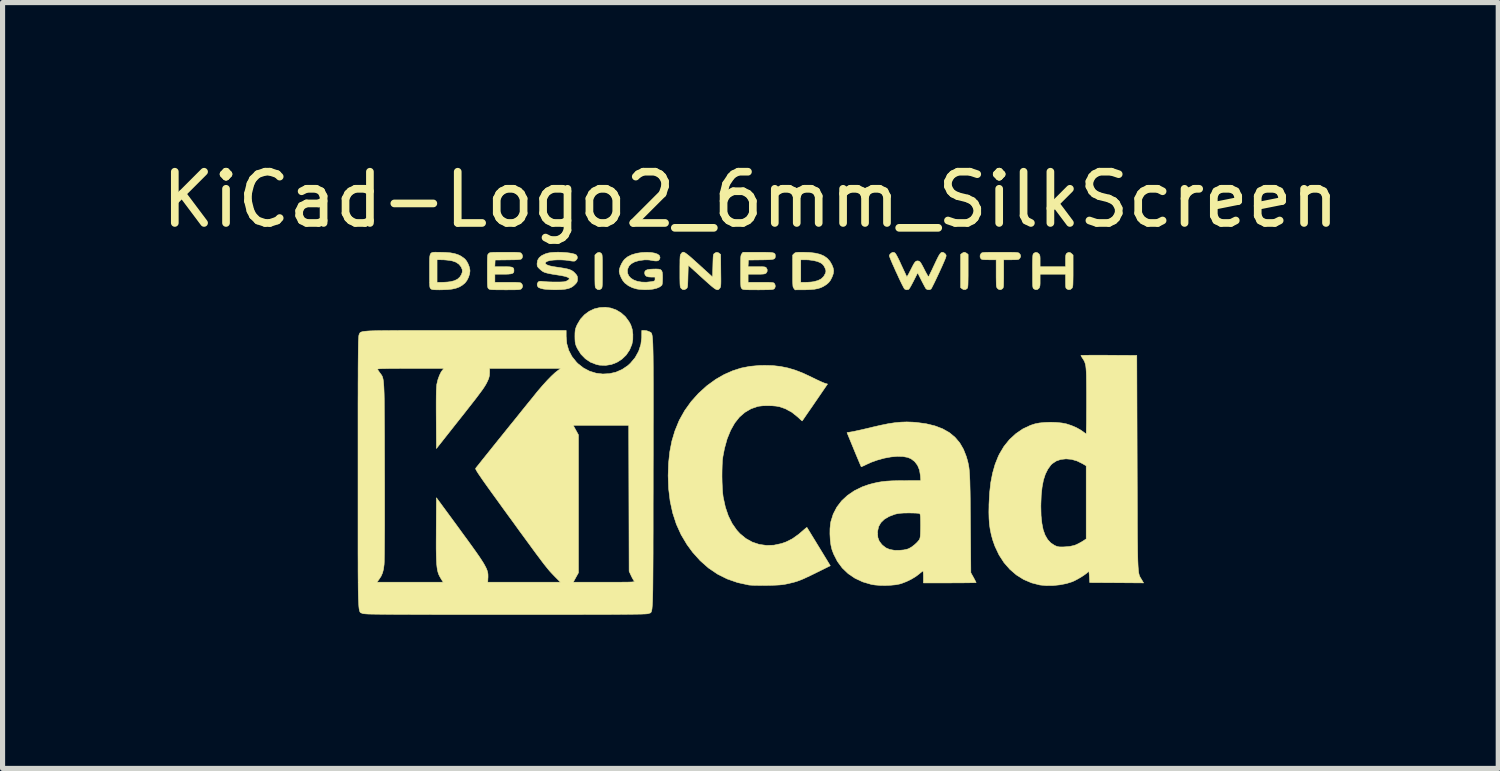
<source format=kicad_pcb>
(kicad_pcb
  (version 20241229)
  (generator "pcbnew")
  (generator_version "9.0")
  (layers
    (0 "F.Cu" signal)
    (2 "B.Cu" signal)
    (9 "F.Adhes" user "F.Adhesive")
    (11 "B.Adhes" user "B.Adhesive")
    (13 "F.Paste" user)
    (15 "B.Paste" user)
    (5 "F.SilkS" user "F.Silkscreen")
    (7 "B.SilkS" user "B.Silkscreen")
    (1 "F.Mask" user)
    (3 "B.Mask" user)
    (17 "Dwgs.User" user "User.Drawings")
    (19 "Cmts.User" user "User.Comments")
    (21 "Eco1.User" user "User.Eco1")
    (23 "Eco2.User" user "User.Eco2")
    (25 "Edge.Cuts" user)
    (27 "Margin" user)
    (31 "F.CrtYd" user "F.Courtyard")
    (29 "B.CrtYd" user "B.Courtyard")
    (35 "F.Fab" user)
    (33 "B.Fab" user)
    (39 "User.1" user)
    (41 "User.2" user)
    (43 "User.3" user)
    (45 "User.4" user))
  (footprint "KiCad-Logo2_6mm_SilkScreen"
    (layer "F.Cu")
    (at 11.601 5.928)
    (property "Reference" "KiCad-Logo2_6mm_SilkScreen" (at 0 -5.08 0) (layer "F.SilkS") (effects (font (size 1 1) (thickness 0.15))))
    (attr exclude_from_pos_files exclude_from_bom allow_missing_courtyard)
    (fp_poly (pts (xy 4.2 -4.046) (xy 4.224 -4.032) (xy 4.251 -4.01) (xy 4.251 -3.689) (xy 4.251 -3.594) (xy 4.25 -3.52) (xy 4.249 -3.464) (xy 4.248 -3.422) (xy 4.246 -3.392) (xy 4.243 -3.371) (xy 4.239 -3.357) (xy 4.233 -3.348) (xy 4.229 -3.343) (xy 4.198 -3.323) (xy 4.162 -3.324) (xy 4.131 -3.341) (xy 4.104 -3.363) (xy 4.104 -4.01) (xy 4.131 -4.032) (xy 4.156 -4.047) (xy 4.177 -4.053) (xy 4.2 -4.046)) (stroke (width 0.01) (type solid)) (fill yes) (layer "F.SilkS"))
    (fp_poly (pts (xy -2.912 -4.031) (xy -2.906 -4.023) (xy -2.9 -4.013) (xy -2.896 -3.999) (xy -2.894 -3.977) (xy -2.892 -3.945) (xy -2.89 -3.9) (xy -2.89 -3.84) (xy -2.89 -3.762) (xy -2.89 -3.686) (xy -2.89 -3.593) (xy -2.89 -3.519) (xy -2.891 -3.462) (xy -2.892 -3.42) (xy -2.894 -3.391) (xy -2.897 -3.37) (xy -2.901 -3.357) (xy -2.907 -3.348) (xy -2.912 -3.342) (xy -2.945 -3.322) (xy -2.98 -3.324) (xy -3.012 -3.346) (xy -3.019 -3.354) (xy -3.025 -3.364) (xy -3.029 -3.377) (xy -3.032 -3.398) (xy -3.034 -3.428) (xy -3.035 -3.47) (xy -3.036 -3.527) (xy -3.036 -3.601) (xy -3.036 -3.685) (xy -3.036 -3.998) (xy -3.009 -4.026) (xy -2.974 -4.049) (xy -2.941 -4.05) (xy -2.912 -4.031)) (stroke (width 0.01) (type solid)) (fill yes) (layer "F.SilkS"))
    (fp_poly (pts (xy -2.726 -2.964) (xy -2.623 -2.928) (xy -2.527 -2.871) (xy -2.441 -2.795) (xy -2.369 -2.697) (xy -2.336 -2.636) (xy -2.308 -2.55) (xy -2.295 -2.451) (xy -2.296 -2.35) (xy -2.313 -2.257) (xy -2.359 -2.145) (xy -2.425 -2.047) (xy -2.509 -1.966) (xy -2.606 -1.904) (xy -2.714 -1.862) (xy -2.829 -1.844) (xy -2.948 -1.849) (xy -3.007 -1.862) (xy -3.121 -1.906) (xy -3.222 -1.974) (xy -3.309 -2.063) (xy -3.377 -2.171) (xy -3.383 -2.183) (xy -3.403 -2.227) (xy -3.415 -2.265) (xy -3.422 -2.304) (xy -3.425 -2.355) (xy -3.426 -2.41) (xy -3.425 -2.476) (xy -3.421 -2.523) (xy -3.413 -2.562) (xy -3.399 -2.6) (xy -3.382 -2.639) (xy -3.318 -2.747) (xy -3.238 -2.834) (xy -3.147 -2.901) (xy -3.047 -2.948) (xy -2.941 -2.973) (xy -2.833 -2.979) (xy -2.726 -2.964)) (stroke (width 0.01) (type solid)) (fill yes) (layer "F.SilkS"))
    (fp_poly (pts (xy 4.975 -4.053) (xy 5.053 -4.053) (xy 5.115 -4.052) (xy 5.161 -4.051) (xy 5.194 -4.049) (xy 5.217 -4.046) (xy 5.232 -4.042) (xy 5.243 -4.037) (xy 5.248 -4.033) (xy 5.273 -4.001) (xy 5.276 -3.967) (xy 5.26 -3.936) (xy 5.25 -3.924) (xy 5.239 -3.916) (xy 5.223 -3.911) (xy 5.197 -3.908) (xy 5.159 -3.907) (xy 5.102 -3.906) (xy 5.091 -3.906) (xy 4.945 -3.906) (xy 4.945 -3.636) (xy 4.945 -3.55) (xy 4.944 -3.484) (xy 4.943 -3.436) (xy 4.942 -3.401) (xy 4.939 -3.377) (xy 4.935 -3.361) (xy 4.929 -3.35) (xy 4.922 -3.342) (xy 4.889 -3.322) (xy 4.855 -3.324) (xy 4.824 -3.346) (xy 4.822 -3.349) (xy 4.814 -3.36) (xy 4.808 -3.372) (xy 4.804 -3.389) (xy 4.801 -3.415) (xy 4.8 -3.45) (xy 4.799 -3.5) (xy 4.798 -3.567) (xy 4.798 -3.643) (xy 4.798 -3.906) (xy 4.659 -3.906) (xy 4.599 -3.907) (xy 4.558 -3.908) (xy 4.53 -3.912) (xy 4.513 -3.917) (xy 4.502 -3.926) (xy 4.501 -3.927) (xy 4.484 -3.96) (xy 4.486 -3.998) (xy 4.505 -4.031) (xy 4.512 -4.037) (xy 4.521 -4.042) (xy 4.535 -4.046) (xy 4.556 -4.049) (xy 4.587 -4.051) (xy 4.63 -4.052) (xy 4.687 -4.053) (xy 4.762 -4.053) (xy 4.856 -4.053) (xy 4.876 -4.053) (xy 4.975 -4.053)) (stroke (width 0.01) (type solid)) (fill yes) (layer "F.SilkS"))
    (fp_poly (pts (xy 6.241 -4.048) (xy 6.272 -4.026) (xy 6.3 -3.998) (xy 6.3 -3.688) (xy 6.3 -3.597) (xy 6.299 -3.524) (xy 6.298 -3.47) (xy 6.297 -3.429) (xy 6.295 -3.4) (xy 6.291 -3.38) (xy 6.287 -3.366) (xy 6.281 -3.355) (xy 6.276 -3.349) (xy 6.245 -3.325) (xy 6.21 -3.322) (xy 6.178 -3.337) (xy 6.167 -3.346) (xy 6.16 -3.358) (xy 6.156 -3.377) (xy 6.154 -3.407) (xy 6.153 -3.454) (xy 6.153 -3.489) (xy 6.153 -3.624) (xy 5.656 -3.624) (xy 5.656 -3.502) (xy 5.656 -3.446) (xy 5.654 -3.407) (xy 5.649 -3.381) (xy 5.642 -3.362) (xy 5.633 -3.349) (xy 5.602 -3.325) (xy 5.567 -3.322) (xy 5.533 -3.339) (xy 5.524 -3.348) (xy 5.518 -3.36) (xy 5.514 -3.379) (xy 5.511 -3.409) (xy 5.51 -3.452) (xy 5.509 -3.514) (xy 5.509 -3.528) (xy 5.509 -3.645) (xy 5.508 -3.741) (xy 5.508 -3.818) (xy 5.509 -3.879) (xy 5.51 -3.927) (xy 5.512 -3.962) (xy 5.514 -3.987) (xy 5.517 -4.005) (xy 5.521 -4.016) (xy 5.526 -4.024) (xy 5.532 -4.031) (xy 5.564 -4.05) (xy 5.597 -4.048) (xy 5.628 -4.026) (xy 5.641 -4.011) (xy 5.649 -3.995) (xy 5.654 -3.973) (xy 5.656 -3.938) (xy 5.656 -3.887) (xy 5.656 -3.771) (xy 6.153 -3.771) (xy 6.153 -3.89) (xy 6.153 -3.944) (xy 6.155 -3.981) (xy 6.16 -4.005) (xy 6.167 -4.021) (xy 6.175 -4.031) (xy 6.207 -4.05) (xy 6.241 -4.048)) (stroke (width 0.01) (type solid)) (fill yes) (layer "F.SilkS"))
    (fp_poly (pts (xy 1.03 -4.053) (xy 1.159 -4.049) (xy 1.269 -4.035) (xy 1.361 -4.013) (xy 1.438 -3.979) (xy 1.5 -3.935) (xy 1.551 -3.878) (xy 1.591 -3.809) (xy 1.592 -3.807) (xy 1.616 -3.745) (xy 1.625 -3.69) (xy 1.618 -3.634) (xy 1.595 -3.571) (xy 1.591 -3.562) (xy 1.562 -3.505) (xy 1.529 -3.462) (xy 1.487 -3.425) (xy 1.429 -3.388) (xy 1.426 -3.386) (xy 1.375 -3.362) (xy 1.318 -3.344) (xy 1.251 -3.331) (xy 1.17 -3.324) (xy 1.072 -3.32) (xy 1.037 -3.32) (xy 0.871 -3.319) (xy 0.848 -3.349) (xy 0.841 -3.359) (xy 0.836 -3.37) (xy 0.831 -3.386) (xy 0.829 -3.409) (xy 0.827 -3.442) (xy 0.826 -3.466) (xy 0.983 -3.466) (xy 1.076 -3.466) (xy 1.131 -3.468) (xy 1.188 -3.472) (xy 1.234 -3.478) (xy 1.237 -3.479) (xy 1.319 -3.501) (xy 1.383 -3.534) (xy 1.43 -3.579) (xy 1.463 -3.639) (xy 1.469 -3.655) (xy 1.474 -3.68) (xy 1.472 -3.704) (xy 1.46 -3.737) (xy 1.453 -3.753) (xy 1.43 -3.795) (xy 1.402 -3.825) (xy 1.371 -3.846) (xy 1.309 -3.873) (xy 1.229 -3.892) (xy 1.137 -3.904) (xy 1.07 -3.906) (xy 0.983 -3.906) (xy 0.983 -3.466) (xy 0.826 -3.466) (xy 0.825 -3.487) (xy 0.825 -3.548) (xy 0.825 -3.627) (xy 0.825 -3.688) (xy 0.825 -3.998) (xy 0.852 -4.026) (xy 0.865 -4.037) (xy 0.878 -4.044) (xy 0.896 -4.049) (xy 0.924 -4.052) (xy 0.966 -4.053) (xy 1.026 -4.053) (xy 1.03 -4.053)) (stroke (width 0.01) (type solid)) (fill yes) (layer "F.SilkS"))
    (fp_poly (pts (xy -6.11 -4.053) (xy -6.07 -4.053) (xy -5.954 -4.05) (xy -5.858 -4.042) (xy -5.776 -4.027) (xy -5.707 -4.005) (xy -5.647 -3.975) (xy -5.592 -3.936) (xy -5.572 -3.919) (xy -5.54 -3.879) (xy -5.511 -3.825) (xy -5.488 -3.765) (xy -5.476 -3.708) (xy -5.475 -3.686) (xy -5.483 -3.628) (xy -5.504 -3.563) (xy -5.535 -3.502) (xy -5.572 -3.454) (xy -5.578 -3.448) (xy -5.629 -3.407) (xy -5.684 -3.375) (xy -5.748 -3.351) (xy -5.823 -3.334) (xy -5.912 -3.324) (xy -6.019 -3.32) (xy -6.068 -3.319) (xy -6.13 -3.32) (xy -6.174 -3.321) (xy -6.203 -3.324) (xy -6.222 -3.329) (xy -6.235 -3.336) (xy -6.242 -3.342) (xy -6.249 -3.35) (xy -6.254 -3.359) (xy -6.258 -3.374) (xy -6.261 -3.396) (xy -6.263 -3.428) (xy -6.264 -3.473) (xy -6.265 -3.533) (xy -6.265 -3.611) (xy -6.265 -3.686) (xy -6.265 -3.787) (xy -6.265 -3.868) (xy -6.264 -3.906) (xy -6.118 -3.906) (xy -6.118 -3.466) (xy -6.025 -3.466) (xy -5.969 -3.468) (xy -5.91 -3.472) (xy -5.861 -3.478) (xy -5.86 -3.478) (xy -5.781 -3.497) (xy -5.719 -3.527) (xy -5.673 -3.569) (xy -5.643 -3.615) (xy -5.625 -3.666) (xy -5.626 -3.714) (xy -5.647 -3.765) (xy -5.689 -3.818) (xy -5.746 -3.858) (xy -5.821 -3.884) (xy -5.871 -3.893) (xy -5.928 -3.9) (xy -5.988 -3.905) (xy -6.039 -3.906) (xy -6.042 -3.907) (xy -6.118 -3.906) (xy -6.264 -3.906) (xy -6.264 -3.93) (xy -6.259 -3.977) (xy -6.251 -4.011) (xy -6.238 -4.033) (xy -6.218 -4.046) (xy -6.191 -4.052) (xy -6.155 -4.054) (xy -6.11 -4.053)) (stroke (width 0.01) (type solid)) (fill yes) (layer "F.SilkS"))
    (fp_poly (pts (xy -1.288 -4.049) (xy -1.265 -4.035) (xy -1.234 -4.012) (xy -1.194 -3.98) (xy -1.144 -3.937) (xy -1.082 -3.881) (xy -1.006 -3.813) (xy -0.92 -3.734) (xy -0.739 -3.57) (xy -0.733 -3.79) (xy -0.731 -3.866) (xy -0.729 -3.922) (xy -0.727 -3.963) (xy -0.724 -3.99) (xy -0.72 -4.008) (xy -0.714 -4.02) (xy -0.705 -4.028) (xy -0.701 -4.032) (xy -0.667 -4.051) (xy -0.634 -4.048) (xy -0.608 -4.032) (xy -0.581 -4.01) (xy -0.578 -3.695) (xy -0.577 -3.603) (xy -0.576 -3.53) (xy -0.576 -3.474) (xy -0.577 -3.433) (xy -0.579 -3.404) (xy -0.582 -3.383) (xy -0.586 -3.369) (xy -0.592 -3.358) (xy -0.598 -3.35) (xy -0.612 -3.334) (xy -0.625 -3.324) (xy -0.64 -3.32) (xy -0.659 -3.323) (xy -0.684 -3.335) (xy -0.716 -3.357) (xy -0.757 -3.39) (xy -0.809 -3.435) (xy -0.874 -3.493) (xy -0.948 -3.56) (xy -1.213 -3.801) (xy -1.219 -3.582) (xy -1.221 -3.506) (xy -1.223 -3.45) (xy -1.225 -3.41) (xy -1.228 -3.382) (xy -1.233 -3.365) (xy -1.239 -3.353) (xy -1.247 -3.345) (xy -1.251 -3.341) (xy -1.288 -3.322) (xy -1.323 -3.325) (xy -1.353 -3.349) (xy -1.36 -3.359) (xy -1.366 -3.37) (xy -1.37 -3.386) (xy -1.373 -3.409) (xy -1.375 -3.442) (xy -1.376 -3.488) (xy -1.377 -3.549) (xy -1.377 -3.628) (xy -1.377 -3.686) (xy -1.377 -3.778) (xy -1.376 -3.85) (xy -1.376 -3.904) (xy -1.374 -3.945) (xy -1.372 -3.973) (xy -1.368 -3.993) (xy -1.364 -4.007) (xy -1.358 -4.018) (xy -1.353 -4.024) (xy -1.342 -4.038) (xy -1.332 -4.048) (xy -1.32 -4.054) (xy -1.306 -4.055) (xy -1.288 -4.049)) (stroke (width 0.01) (type solid)) (fill yes) (layer "F.SilkS"))
    (fp_poly (pts (xy -1.938 -4.048) (xy -1.87 -4.036) (xy -1.817 -4.018) (xy -1.783 -3.995) (xy -1.774 -3.981) (xy -1.764 -3.95) (xy -1.771 -3.922) (xy -1.791 -3.895) (xy -1.822 -3.883) (xy -1.867 -3.884) (xy -1.903 -3.89) (xy -1.981 -3.903) (xy -2.061 -3.905) (xy -2.15 -3.894) (xy -2.175 -3.89) (xy -2.258 -3.866) (xy -2.323 -3.831) (xy -2.369 -3.786) (xy -2.395 -3.73) (xy -2.401 -3.701) (xy -2.397 -3.642) (xy -2.374 -3.59) (xy -2.333 -3.546) (xy -2.277 -3.511) (xy -2.207 -3.485) (xy -2.126 -3.471) (xy -2.036 -3.468) (xy -1.939 -3.478) (xy -1.934 -3.479) (xy -1.895 -3.486) (xy -1.874 -3.493) (xy -1.865 -3.503) (xy -1.862 -3.52) (xy -1.862 -3.529) (xy -1.862 -3.568) (xy -1.931 -3.568) (xy -1.991 -3.572) (xy -2.032 -3.585) (xy -2.056 -3.609) (xy -2.065 -3.643) (xy -2.065 -3.648) (xy -2.06 -3.678) (xy -2.043 -3.699) (xy -2.01 -3.713) (xy -1.96 -3.721) (xy -1.911 -3.724) (xy -1.841 -3.726) (xy -1.789 -3.723) (xy -1.755 -3.714) (xy -1.733 -3.694) (xy -1.721 -3.662) (xy -1.716 -3.614) (xy -1.715 -3.552) (xy -1.717 -3.483) (xy -1.721 -3.436) (xy -1.728 -3.41) (xy -1.73 -3.408) (xy -1.769 -3.377) (xy -1.826 -3.352) (xy -1.897 -3.334) (xy -1.98 -3.324) (xy -2.069 -3.322) (xy -2.163 -3.328) (xy -2.218 -3.336) (xy -2.304 -3.361) (xy -2.384 -3.401) (xy -2.451 -3.452) (xy -2.461 -3.463) (xy -2.495 -3.506) (xy -2.524 -3.56) (xy -2.548 -3.617) (xy -2.561 -3.668) (xy -2.562 -3.688) (xy -2.556 -3.729) (xy -2.538 -3.78) (xy -2.513 -3.834) (xy -2.483 -3.883) (xy -2.457 -3.916) (xy -2.396 -3.965) (xy -2.317 -4.004) (xy -2.223 -4.032) (xy -2.117 -4.048) (xy -2.02 -4.052) (xy -1.938 -4.048)) (stroke (width 0.01) (type solid)) (fill yes) (layer "F.SilkS"))
    (fp_poly (pts (xy 0.242 -4.053) (xy 0.318 -4.052) (xy 0.377 -4.05) (xy 0.42 -4.046) (xy 0.45 -4.04) (xy 0.469 -4.031) (xy 0.48 -4.019) (xy 0.485 -4.003) (xy 0.486 -3.983) (xy 0.486 -3.981) (xy 0.485 -3.958) (xy 0.48 -3.941) (xy 0.469 -3.928) (xy 0.449 -3.918) (xy 0.418 -3.912) (xy 0.372 -3.908) (xy 0.31 -3.906) (xy 0.228 -3.904) (xy 0.203 -3.904) (xy -0.039 -3.901) (xy -0.042 -3.836) (xy -0.046 -3.771) (xy 0.122 -3.771) (xy 0.188 -3.771) (xy 0.235 -3.77) (xy 0.267 -3.768) (xy 0.287 -3.764) (xy 0.301 -3.758) (xy 0.31 -3.749) (xy 0.311 -3.749) (xy 0.328 -3.715) (xy 0.327 -3.679) (xy 0.309 -3.648) (xy 0.305 -3.645) (xy 0.292 -3.637) (xy 0.275 -3.631) (xy 0.248 -3.627) (xy 0.209 -3.625) (xy 0.153 -3.624) (xy 0.118 -3.624) (xy -0.045 -3.624) (xy -0.045 -3.466) (xy 0.202 -3.466) (xy 0.283 -3.466) (xy 0.345 -3.466) (xy 0.39 -3.464) (xy 0.422 -3.462) (xy 0.443 -3.459) (xy 0.456 -3.454) (xy 0.465 -3.448) (xy 0.467 -3.446) (xy 0.483 -3.414) (xy 0.485 -3.378) (xy 0.471 -3.347) (xy 0.461 -3.337) (xy 0.45 -3.332) (xy 0.433 -3.327) (xy 0.407 -3.324) (xy 0.37 -3.322) (xy 0.319 -3.321) (xy 0.252 -3.32) (xy 0.165 -3.319) (xy 0.145 -3.319) (xy 0.057 -3.32) (xy -0.012 -3.32) (xy -0.064 -3.321) (xy -0.101 -3.322) (xy -0.127 -3.325) (xy -0.144 -3.328) (xy -0.156 -3.333) (xy -0.164 -3.34) (xy -0.168 -3.344) (xy -0.175 -3.352) (xy -0.181 -3.363) (xy -0.185 -3.378) (xy -0.187 -3.4) (xy -0.189 -3.432) (xy -0.191 -3.477) (xy -0.191 -3.537) (xy -0.191 -3.615) (xy -0.191 -3.681) (xy -0.191 -3.774) (xy -0.191 -3.846) (xy -0.19 -3.902) (xy -0.189 -3.943) (xy -0.187 -3.972) (xy -0.183 -3.992) (xy -0.179 -4.006) (xy -0.173 -4.017) (xy -0.168 -4.024) (xy -0.145 -4.053) (xy 0.145 -4.053) (xy 0.242 -4.053)) (stroke (width 0.01) (type solid)) (fill yes) (layer "F.SilkS"))
    (fp_poly (pts (xy -4.701 -4.053) (xy -4.632 -4.053) (xy -4.579 -4.052) (xy -4.541 -4.05) (xy -4.514 -4.048) (xy -4.496 -4.044) (xy -4.484 -4.04) (xy -4.475 -4.033) (xy -4.472 -4.03) (xy -4.452 -3.999) (xy -4.449 -3.963) (xy -4.462 -3.932) (xy -4.468 -3.925) (xy -4.478 -3.919) (xy -4.493 -3.914) (xy -4.518 -3.911) (xy -4.554 -3.908) (xy -4.605 -3.906) (xy -4.673 -3.905) (xy -4.736 -3.904) (xy -4.984 -3.901) (xy -4.987 -3.836) (xy -4.99 -3.771) (xy -4.822 -3.771) (xy -4.749 -3.77) (xy -4.696 -3.768) (xy -4.659 -3.762) (xy -4.636 -3.752) (xy -4.623 -3.737) (xy -4.618 -3.715) (xy -4.617 -3.695) (xy -4.619 -3.67) (xy -4.629 -3.651) (xy -4.648 -3.639) (xy -4.679 -3.631) (xy -4.727 -3.626) (xy -4.792 -3.624) (xy -4.828 -3.624) (xy -4.989 -3.624) (xy -4.989 -3.466) (xy -4.741 -3.466) (xy -4.66 -3.466) (xy -4.598 -3.466) (xy -4.552 -3.464) (xy -4.52 -3.462) (xy -4.499 -3.459) (xy -4.485 -3.455) (xy -4.475 -3.448) (xy -4.47 -3.444) (xy -4.453 -3.417) (xy -4.447 -3.393) (xy -4.455 -3.364) (xy -4.47 -3.342) (xy -4.478 -3.335) (xy -4.488 -3.33) (xy -4.503 -3.326) (xy -4.526 -3.323) (xy -4.559 -3.321) (xy -4.606 -3.32) (xy -4.668 -3.32) (xy -4.75 -3.319) (xy -4.792 -3.319) (xy -4.882 -3.32) (xy -4.952 -3.32) (xy -5.005 -3.321) (xy -5.044 -3.322) (xy -5.071 -3.325) (xy -5.09 -3.328) (xy -5.102 -3.333) (xy -5.11 -3.339) (xy -5.113 -3.342) (xy -5.12 -3.35) (xy -5.125 -3.359) (xy -5.129 -3.374) (xy -5.132 -3.396) (xy -5.134 -3.428) (xy -5.135 -3.473) (xy -5.136 -3.533) (xy -5.136 -3.612) (xy -5.136 -3.684) (xy -5.136 -3.778) (xy -5.136 -3.851) (xy -5.135 -3.907) (xy -5.134 -3.948) (xy -5.132 -3.977) (xy -5.129 -3.997) (xy -5.125 -4.01) (xy -5.119 -4.019) (xy -5.112 -4.027) (xy -5.11 -4.029) (xy -5.101 -4.036) (xy -5.091 -4.042) (xy -5.077 -4.046) (xy -5.056 -4.049) (xy -5.025 -4.051) (xy -4.981 -4.052) (xy -4.922 -4.053) (xy -4.845 -4.053) (xy -4.79 -4.053) (xy -4.701 -4.053)) (stroke (width 0.01) (type solid)) (fill yes) (layer "F.SilkS"))
    (fp_poly (pts (xy 3.756 -4.051) (xy 3.776 -4.044) (xy 3.777 -4.044) (xy 3.803 -4.024) (xy 3.818 -4.003) (xy 3.821 -3.993) (xy 3.821 -3.98) (xy 3.817 -3.961) (xy 3.808 -3.935) (xy 3.793 -3.899) (xy 3.772 -3.85) (xy 3.744 -3.786) (xy 3.707 -3.705) (xy 3.687 -3.661) (xy 3.65 -3.582) (xy 3.616 -3.51) (xy 3.585 -3.446) (xy 3.559 -3.395) (xy 3.54 -3.357) (xy 3.527 -3.336) (xy 3.525 -3.334) (xy 3.494 -3.321) (xy 3.459 -3.323) (xy 3.431 -3.338) (xy 3.43 -3.339) (xy 3.418 -3.356) (xy 3.4 -3.389) (xy 3.376 -3.434) (xy 3.349 -3.486) (xy 3.339 -3.506) (xy 3.266 -3.652) (xy 3.186 -3.493) (xy 3.157 -3.438) (xy 3.131 -3.39) (xy 3.109 -3.353) (xy 3.093 -3.331) (xy 3.088 -3.327) (xy 3.046 -3.32) (xy 3.012 -3.334) (xy 3.001 -3.348) (xy 2.984 -3.38) (xy 2.96 -3.426) (xy 2.932 -3.483) (xy 2.901 -3.548) (xy 2.869 -3.619) (xy 2.835 -3.691) (xy 2.804 -3.762) (xy 2.774 -3.828) (xy 2.749 -3.887) (xy 2.729 -3.936) (xy 2.716 -3.97) (xy 2.712 -3.988) (xy 2.712 -3.989) (xy 2.723 -4.011) (xy 2.745 -4.034) (xy 2.746 -4.035) (xy 2.774 -4.05) (xy 2.799 -4.05) (xy 2.808 -4.047) (xy 2.82 -4.041) (xy 2.832 -4.028) (xy 2.846 -4.007) (xy 2.864 -3.975) (xy 2.887 -3.93) (xy 2.917 -3.868) (xy 2.943 -3.81) (xy 2.974 -3.744) (xy 3.002 -3.684) (xy 3.025 -3.635) (xy 3.042 -3.598) (xy 3.051 -3.577) (xy 3.052 -3.573) (xy 3.058 -3.579) (xy 3.073 -3.601) (xy 3.093 -3.637) (xy 3.117 -3.684) (xy 3.127 -3.703) (xy 3.16 -3.768) (xy 3.185 -3.816) (xy 3.205 -3.848) (xy 3.222 -3.868) (xy 3.237 -3.879) (xy 3.253 -3.883) (xy 3.264 -3.884) (xy 3.282 -3.882) (xy 3.299 -3.875) (xy 3.315 -3.861) (xy 3.333 -3.835) (xy 3.355 -3.796) (xy 3.384 -3.741) (xy 3.4 -3.709) (xy 3.426 -3.659) (xy 3.449 -3.618) (xy 3.466 -3.588) (xy 3.476 -3.574) (xy 3.478 -3.574) (xy 3.484 -3.585) (xy 3.498 -3.613) (xy 3.519 -3.656) (xy 3.546 -3.711) (xy 3.575 -3.774) (xy 3.59 -3.805) (xy 3.628 -3.886) (xy 3.659 -3.949) (xy 3.683 -3.994) (xy 3.704 -4.025) (xy 3.722 -4.044) (xy 3.739 -4.052) (xy 3.756 -4.051)) (stroke (width 0.01) (type solid)) (fill yes) (layer "F.SilkS"))
    (fp_poly (pts (xy -3.68 -4.052) (xy -3.605 -4.047) (xy -3.536 -4.039) (xy -3.475 -4.028) (xy -3.428 -4.015) (xy -3.399 -4) (xy -3.394 -3.995) (xy -3.378 -3.96) (xy -3.383 -3.925) (xy -3.408 -3.895) (xy -3.409 -3.894) (xy -3.423 -3.884) (xy -3.438 -3.879) (xy -3.459 -3.879) (xy -3.492 -3.882) (xy -3.54 -3.89) (xy -3.544 -3.891) (xy -3.617 -3.9) (xy -3.696 -3.904) (xy -3.774 -3.904) (xy -3.848 -3.9) (xy -3.91 -3.892) (xy -3.957 -3.88) (xy -3.96 -3.879) (xy -3.993 -3.86) (xy -4.005 -3.841) (xy -3.996 -3.822) (xy -3.966 -3.804) (xy -3.917 -3.787) (xy -3.849 -3.773) (xy -3.804 -3.766) (xy -3.71 -3.752) (xy -3.635 -3.74) (xy -3.576 -3.728) (xy -3.53 -3.715) (xy -3.494 -3.699) (xy -3.464 -3.681) (xy -3.438 -3.658) (xy -3.417 -3.636) (xy -3.391 -3.605) (xy -3.379 -3.579) (xy -3.375 -3.546) (xy -3.375 -3.534) (xy -3.378 -3.495) (xy -3.389 -3.465) (xy -3.41 -3.439) (xy -3.451 -3.399) (xy -3.496 -3.368) (xy -3.55 -3.346) (xy -3.615 -3.332) (xy -3.695 -3.324) (xy -3.793 -3.321) (xy -3.81 -3.321) (xy -3.875 -3.322) (xy -3.94 -3.326) (xy -3.998 -3.33) (xy -4.04 -3.335) (xy -4.044 -3.336) (xy -4.086 -3.346) (xy -4.122 -3.359) (xy -4.142 -3.37) (xy -4.161 -3.401) (xy -4.163 -3.436) (xy -4.146 -3.468) (xy -4.143 -3.472) (xy -4.128 -3.482) (xy -4.109 -3.487) (xy -4.079 -3.486) (xy -4.044 -3.482) (xy -4.004 -3.479) (xy -3.949 -3.475) (xy -3.884 -3.473) (xy -3.816 -3.472) (xy -3.798 -3.472) (xy -3.73 -3.472) (xy -3.681 -3.474) (xy -3.645 -3.476) (xy -3.619 -3.481) (xy -3.597 -3.488) (xy -3.584 -3.494) (xy -3.556 -3.511) (xy -3.538 -3.526) (xy -3.536 -3.53) (xy -3.541 -3.548) (xy -3.568 -3.565) (xy -3.613 -3.581) (xy -3.675 -3.594) (xy -3.693 -3.598) (xy -3.789 -3.613) (xy -3.866 -3.625) (xy -3.926 -3.636) (xy -3.973 -3.647) (xy -4.009 -3.657) (xy -4.038 -3.669) (xy -4.062 -3.683) (xy -4.084 -3.7) (xy -4.108 -3.721) (xy -4.116 -3.728) (xy -4.144 -3.756) (xy -4.158 -3.777) (xy -4.164 -3.802) (xy -4.165 -3.833) (xy -4.155 -3.895) (xy -4.124 -3.947) (xy -4.073 -3.989) (xy -4.002 -4.022) (xy -3.951 -4.037) (xy -3.895 -4.047) (xy -3.829 -4.052) (xy -3.756 -4.054) (xy -3.68 -4.052)) (stroke (width 0.01) (type solid)) (fill yes) (layer "F.SilkS"))
    (fp_poly (pts (xy 0.44 -1.84) (xy 0.588 -1.823) (xy 0.731 -1.794) (xy 0.876 -1.751) (xy 1.028 -1.692) (xy 1.192 -1.615) (xy 1.222 -1.6) (xy 1.29 -1.567) (xy 1.354 -1.537) (xy 1.408 -1.513) (xy 1.446 -1.498) (xy 1.451 -1.496) (xy 1.506 -1.48) (xy 1.26 -1.121) (xy 1.2 -1.033) (xy 1.144 -0.953) (xy 1.096 -0.883) (xy 1.057 -0.826) (xy 1.029 -0.785) (xy 1.013 -0.763) (xy 1.011 -0.759) (xy 1 -0.767) (xy 0.975 -0.789) (xy 0.939 -0.823) (xy 0.919 -0.841) (xy 0.806 -0.931) (xy 0.679 -0.999) (xy 0.57 -1.037) (xy 0.504 -1.049) (xy 0.422 -1.056) (xy 0.333 -1.058) (xy 0.247 -1.056) (xy 0.173 -1.048) (xy 0.144 -1.043) (xy 0.011 -0.997) (xy -0.108 -0.927) (xy -0.215 -0.834) (xy -0.308 -0.716) (xy -0.387 -0.575) (xy -0.454 -0.411) (xy -0.506 -0.223) (xy -0.537 -0.062) (xy -0.546 0.009) (xy -0.551 0.101) (xy -0.554 0.207) (xy -0.555 0.32) (xy -0.553 0.435) (xy -0.548 0.544) (xy -0.542 0.64) (xy -0.533 0.718) (xy -0.531 0.73) (xy -0.489 0.923) (xy -0.431 1.094) (xy -0.357 1.243) (xy -0.267 1.372) (xy -0.203 1.442) (xy -0.089 1.536) (xy 0.037 1.606) (xy 0.172 1.651) (xy 0.313 1.671) (xy 0.459 1.666) (xy 0.608 1.634) (xy 0.696 1.603) (xy 0.818 1.542) (xy 0.943 1.453) (xy 1.013 1.393) (xy 1.053 1.358) (xy 1.084 1.332) (xy 1.101 1.32) (xy 1.104 1.32) (xy 1.112 1.332) (xy 1.132 1.366) (xy 1.163 1.416) (xy 1.203 1.482) (xy 1.251 1.56) (xy 1.304 1.647) (xy 1.334 1.696) (xy 1.56 2.067) (xy 1.278 2.207) (xy 1.176 2.257) (xy 1.093 2.296) (xy 1.025 2.327) (xy 0.966 2.351) (xy 0.911 2.371) (xy 0.855 2.388) (xy 0.794 2.403) (xy 0.735 2.417) (xy 0.682 2.428) (xy 0.627 2.437) (xy 0.565 2.443) (xy 0.488 2.447) (xy 0.394 2.45) (xy 0.33 2.451) (xy 0.238 2.452) (xy 0.151 2.451) (xy 0.073 2.45) (xy 0.01 2.447) (xy -0.032 2.444) (xy -0.034 2.443) (xy -0.25 2.396) (xy -0.452 2.326) (xy -0.642 2.231) (xy -0.818 2.112) (xy -0.98 1.969) (xy -1.129 1.803) (xy -1.238 1.654) (xy -1.353 1.461) (xy -1.446 1.256) (xy -1.517 1.038) (xy -1.567 0.807) (xy -1.597 0.56) (xy -1.606 0.309) (xy -1.598 0.066) (xy -1.574 -0.158) (xy -1.533 -0.368) (xy -1.474 -0.565) (xy -1.396 -0.756) (xy -1.387 -0.776) (xy -1.284 -0.96) (xy -1.159 -1.135) (xy -1.013 -1.298) (xy -0.851 -1.445) (xy -0.676 -1.572) (xy -0.514 -1.665) (xy -0.349 -1.738) (xy -0.185 -1.791) (xy -0.013 -1.825) (xy 0.171 -1.842) (xy 0.281 -1.844) (xy 0.44 -1.84)) (stroke (width 0.01) (type solid)) (fill yes) (layer "F.SilkS"))
    (fp_poly (pts (xy 6.842 -2.043) (xy 6.959 -2.043) (xy 6.999 -2.042) (xy 7.544 -2.039) (xy 7.551 0.055) (xy 7.552 0.339) (xy 7.553 0.597) (xy 7.554 0.83) (xy 7.555 1.039) (xy 7.555 1.227) (xy 7.556 1.393) (xy 7.557 1.54) (xy 7.559 1.669) (xy 7.56 1.782) (xy 7.562 1.879) (xy 7.564 1.961) (xy 7.567 2.031) (xy 7.57 2.09) (xy 7.574 2.138) (xy 7.578 2.177) (xy 7.582 2.209) (xy 7.588 2.235) (xy 7.594 2.257) (xy 7.601 2.274) (xy 7.609 2.29) (xy 7.618 2.305) (xy 7.627 2.32) (xy 7.638 2.337) (xy 7.64 2.341) (xy 7.676 2.403) (xy 7.15 2.399) (xy 6.625 2.396) (xy 6.618 2.28) (xy 6.614 2.225) (xy 6.61 2.193) (xy 6.605 2.18) (xy 6.597 2.183) (xy 6.59 2.19) (xy 6.561 2.217) (xy 6.514 2.251) (xy 6.456 2.289) (xy 6.392 2.326) (xy 6.33 2.359) (xy 6.283 2.38) (xy 6.171 2.415) (xy 6.044 2.44) (xy 5.909 2.454) (xy 5.777 2.455) (xy 5.656 2.444) (xy 5.654 2.444) (xy 5.49 2.402) (xy 5.335 2.336) (xy 5.193 2.247) (xy 5.065 2.137) (xy 4.951 2.006) (xy 4.854 1.856) (xy 4.775 1.689) (xy 4.731 1.565) (xy 4.703 1.462) (xy 4.682 1.361) (xy 4.667 1.258) (xy 4.659 1.146) (xy 4.656 1.019) (xy 4.658 0.915) (xy 5.671 0.915) (xy 5.675 1.089) (xy 5.691 1.239) (xy 5.716 1.366) (xy 5.754 1.471) (xy 5.803 1.555) (xy 5.864 1.621) (xy 5.934 1.668) (xy 5.971 1.685) (xy 6.003 1.695) (xy 6.038 1.7) (xy 6.086 1.701) (xy 6.137 1.699) (xy 6.238 1.69) (xy 6.318 1.672) (xy 6.343 1.664) (xy 6.4 1.638) (xy 6.461 1.605) (xy 6.487 1.589) (xy 6.556 1.544) (xy 6.556 0.117) (xy 6.48 0.072) (xy 6.375 0.021) (xy 6.268 -0.01) (xy 6.162 -0.019) (xy 6.061 -0.008) (xy 5.97 0.023) (xy 5.893 0.075) (xy 5.868 0.099) (xy 5.808 0.181) (xy 5.759 0.279) (xy 5.721 0.396) (xy 5.695 0.533) (xy 5.678 0.692) (xy 5.671 0.876) (xy 5.671 0.915) (xy 4.658 0.915) (xy 4.658 0.872) (xy 4.67 0.646) (xy 4.693 0.442) (xy 4.729 0.258) (xy 4.777 0.089) (xy 4.839 -0.066) (xy 4.861 -0.112) (xy 4.95 -0.262) (xy 5.058 -0.396) (xy 5.182 -0.51) (xy 5.319 -0.604) (xy 5.468 -0.674) (xy 5.557 -0.703) (xy 5.644 -0.72) (xy 5.749 -0.73) (xy 5.863 -0.734) (xy 5.977 -0.73) (xy 6.083 -0.719) (xy 6.167 -0.703) (xy 6.268 -0.67) (xy 6.366 -0.628) (xy 6.451 -0.58) (xy 6.497 -0.548) (xy 6.528 -0.525) (xy 6.55 -0.51) (xy 6.555 -0.508) (xy 6.557 -0.521) (xy 6.558 -0.559) (xy 6.559 -0.619) (xy 6.561 -0.699) (xy 6.562 -0.795) (xy 6.562 -0.906) (xy 6.563 -1.027) (xy 6.563 -1.151) (xy 6.563 -1.31) (xy 6.562 -1.444) (xy 6.561 -1.555) (xy 6.56 -1.647) (xy 6.557 -1.721) (xy 6.553 -1.781) (xy 6.548 -1.829) (xy 6.54 -1.867) (xy 6.531 -1.898) (xy 6.52 -1.925) (xy 6.507 -1.949) (xy 6.49 -1.975) (xy 6.488 -1.978) (xy 6.467 -2.011) (xy 6.455 -2.034) (xy 6.453 -2.039) (xy 6.466 -2.04) (xy 6.504 -2.041) (xy 6.563 -2.042) (xy 6.642 -2.043) (xy 6.735 -2.043) (xy 6.842 -2.043)) (stroke (width 0.01) (type solid)) (fill yes) (layer "F.SilkS"))
    (fp_poly (pts (xy 3.168 -0.736) (xy 3.236 -0.731) (xy 3.43 -0.705) (xy 3.603 -0.663) (xy 3.753 -0.606) (xy 3.884 -0.532) (xy 3.994 -0.441) (xy 4.086 -0.333) (xy 4.16 -0.206) (xy 4.214 -0.069) (xy 4.227 -0.025) (xy 4.239 0.016) (xy 4.249 0.057) (xy 4.258 0.099) (xy 4.266 0.145) (xy 4.272 0.196) (xy 4.277 0.257) (xy 4.281 0.327) (xy 4.285 0.411) (xy 4.287 0.509) (xy 4.29 0.624) (xy 4.292 0.759) (xy 4.293 0.915) (xy 4.295 1.095) (xy 4.296 1.236) (xy 4.304 2.204) (xy 4.356 2.297) (xy 4.38 2.342) (xy 4.398 2.377) (xy 4.407 2.395) (xy 4.407 2.396) (xy 4.394 2.398) (xy 4.356 2.399) (xy 4.297 2.4) (xy 4.22 2.401) (xy 4.127 2.402) (xy 4.021 2.402) (xy 3.906 2.403) (xy 3.892 2.403) (xy 3.378 2.403) (xy 3.378 2.286) (xy 3.377 2.233) (xy 3.374 2.193) (xy 3.371 2.171) (xy 3.369 2.169) (xy 3.356 2.178) (xy 3.328 2.2) (xy 3.291 2.231) (xy 3.29 2.231) (xy 3.224 2.281) (xy 3.14 2.331) (xy 3.048 2.376) (xy 2.957 2.411) (xy 2.918 2.423) (xy 2.838 2.439) (xy 2.741 2.448) (xy 2.635 2.453) (xy 2.528 2.451) (xy 2.43 2.443) (xy 2.362 2.432) (xy 2.194 2.383) (xy 2.042 2.312) (xy 1.909 2.222) (xy 1.794 2.112) (xy 1.699 1.984) (xy 1.625 1.839) (xy 1.592 1.751) (xy 1.572 1.665) (xy 1.559 1.562) (xy 1.553 1.451) (xy 1.553 1.435) (xy 2.482 1.435) (xy 2.489 1.517) (xy 2.515 1.586) (xy 2.562 1.649) (xy 2.581 1.668) (xy 2.645 1.718) (xy 2.72 1.75) (xy 2.81 1.766) (xy 2.904 1.767) (xy 2.994 1.759) (xy 3.062 1.744) (xy 3.092 1.733) (xy 3.145 1.703) (xy 3.202 1.66) (xy 3.254 1.612) (xy 3.293 1.566) (xy 3.303 1.549) (xy 3.311 1.526) (xy 3.317 1.488) (xy 3.32 1.433) (xy 3.322 1.357) (xy 3.323 1.284) (xy 3.322 1.199) (xy 3.321 1.138) (xy 3.319 1.096) (xy 3.315 1.07) (xy 3.309 1.055) (xy 3.301 1.048) (xy 3.299 1.046) (xy 3.276 1.043) (xy 3.233 1.04) (xy 3.173 1.038) (xy 3.104 1.037) (xy 3.089 1.037) (xy 2.997 1.038) (xy 2.925 1.043) (xy 2.869 1.051) (xy 2.822 1.062) (xy 2.706 1.106) (xy 2.615 1.16) (xy 2.548 1.225) (xy 2.504 1.302) (xy 2.484 1.391) (xy 2.482 1.435) (xy 1.553 1.435) (xy 1.554 1.342) (xy 1.564 1.245) (xy 1.571 1.205) (xy 1.617 1.059) (xy 1.687 0.924) (xy 1.78 0.802) (xy 1.895 0.695) (xy 2.03 0.603) (xy 2.183 0.528) (xy 2.313 0.482) (xy 2.401 0.459) (xy 2.484 0.44) (xy 2.569 0.426) (xy 2.661 0.416) (xy 2.765 0.41) (xy 2.888 0.407) (xy 2.998 0.406) (xy 3.326 0.405) (xy 3.319 0.307) (xy 3.302 0.2) (xy 3.264 0.108) (xy 3.207 0.033) (xy 3.134 -0.022) (xy 3.07 -0.048) (xy 2.977 -0.065) (xy 2.867 -0.068) (xy 2.745 -0.057) (xy 2.615 -0.033) (xy 2.483 0.003) (xy 2.354 0.049) (xy 2.261 0.092) (xy 2.216 0.114) (xy 2.181 0.129) (xy 2.164 0.135) (xy 2.163 0.135) (xy 2.157 0.121) (xy 2.142 0.086) (xy 2.119 0.032) (xy 2.09 -0.037) (xy 2.056 -0.118) (xy 2.022 -0.201) (xy 1.886 -0.532) (xy 1.983 -0.548) (xy 2.025 -0.556) (xy 2.088 -0.57) (xy 2.167 -0.587) (xy 2.257 -0.608) (xy 2.351 -0.63) (xy 2.389 -0.64) (xy 2.552 -0.677) (xy 2.694 -0.706) (xy 2.822 -0.725) (xy 2.939 -0.736) (xy 3.053 -0.74) (xy 3.168 -0.736)) (stroke (width 0.01) (type solid)) (fill yes) (layer "F.SilkS"))
    (fp_poly (pts (xy -5.956 -2.526) (xy -5.691 -2.526) (xy -5.568 -2.526) (xy -3.597 -2.526) (xy -3.597 -2.41) (xy -3.585 -2.269) (xy -3.547 -2.138) (xy -3.485 -2.018) (xy -3.396 -1.907) (xy -3.366 -1.877) (xy -3.258 -1.793) (xy -3.14 -1.731) (xy -3.013 -1.692) (xy -2.883 -1.676) (xy -2.752 -1.683) (xy -2.625 -1.712) (xy -2.504 -1.765) (xy -2.393 -1.84) (xy -2.343 -1.886) (xy -2.25 -1.997) (xy -2.182 -2.12) (xy -2.139 -2.252) (xy -2.122 -2.392) (xy -2.122 -2.406) (xy -2.121 -2.526) (xy -2.068 -2.526) (xy -2.022 -2.52) (xy -1.979 -2.504) (xy -1.976 -2.503) (xy -1.966 -2.498) (xy -1.957 -2.494) (xy -1.949 -2.49) (xy -1.942 -2.485) (xy -1.935 -2.477) (xy -1.929 -2.467) (xy -1.924 -2.451) (xy -1.919 -2.43) (xy -1.915 -2.402) (xy -1.911 -2.366) (xy -1.908 -2.321) (xy -1.905 -2.266) (xy -1.903 -2.199) (xy -1.901 -2.12) (xy -1.899 -2.027) (xy -1.898 -1.919) (xy -1.897 -1.795) (xy -1.897 -1.654) (xy -1.896 -1.495) (xy -1.896 -1.317) (xy -1.896 -1.118) (xy -1.896 -0.897) (xy -1.897 -0.654) (xy -1.897 -0.386) (xy -1.897 -0.094) (xy -1.898 0.224) (xy -1.898 0.263) (xy -1.898 0.584) (xy -1.899 0.878) (xy -1.899 1.147) (xy -1.899 1.392) (xy -1.9 1.614) (xy -1.9 1.814) (xy -1.901 1.994) (xy -1.902 2.154) (xy -1.903 2.296) (xy -1.904 2.421) (xy -1.905 2.529) (xy -1.907 2.623) (xy -1.909 2.702) (xy -1.911 2.769) (xy -1.914 2.825) (xy -1.918 2.87) (xy -1.921 2.906) (xy -1.926 2.934) (xy -1.931 2.954) (xy -1.936 2.969) (xy -1.942 2.979) (xy -1.949 2.986) (xy -1.956 2.99) (xy -1.965 2.993) (xy -1.974 2.995) (xy -1.983 2.999) (xy -1.986 3) (xy -1.993 3.002) (xy -2.006 3.005) (xy -2.025 3.007) (xy -2.051 3.009) (xy -2.085 3.01) (xy -2.129 3.012) (xy -2.184 3.013) (xy -2.25 3.014) (xy -2.329 3.015) (xy -2.422 3.016) (xy -2.53 3.017) (xy -2.654 3.018) (xy -2.795 3.019) (xy -2.955 3.019) (xy -3.134 3.019) (xy -3.333 3.02) (xy -3.554 3.02) (xy -3.798 3.02) (xy -4.066 3.02) (xy -4.358 3.02) (xy -4.677 3.02) (xy -4.78 3.02) (xy -5.106 3.02) (xy -5.405 3.02) (xy -5.679 3.02) (xy -5.929 3.02) (xy -6.156 3.02) (xy -6.361 3.019) (xy -6.545 3.019) (xy -6.71 3.018) (xy -6.856 3.018) (xy -6.984 3.017) (xy -7.097 3.016) (xy -7.194 3.015) (xy -7.277 3.014) (xy -7.347 3.013) (xy -7.405 3.012) (xy -7.453 3.011) (xy -7.491 3.009) (xy -7.52 3.007) (xy -7.542 3.005) (xy -7.558 3.003) (xy -7.569 3.001) (xy -7.574 2.998) (xy -7.585 2.994) (xy -7.594 2.991) (xy -7.603 2.988) (xy -7.611 2.983) (xy -7.618 2.977) (xy -7.624 2.967) (xy -7.63 2.952) (xy -7.635 2.932) (xy -7.64 2.905) (xy -7.644 2.87) (xy -7.647 2.826) (xy -7.65 2.772) (xy -7.653 2.706) (xy -7.655 2.628) (xy -7.657 2.536) (xy -7.658 2.43) (xy -7.658 2.389) (xy -7.292 2.389) (xy -5.997 2.389) (xy -6.022 2.351) (xy -6.046 2.312) (xy -6.067 2.275) (xy -6.085 2.238) (xy -6.099 2.197) (xy -6.111 2.15) (xy -6.119 2.094) (xy -6.126 2.028) (xy -6.13 1.948) (xy -6.133 1.852) (xy -6.135 1.736) (xy -6.135 1.6) (xy -6.134 1.439) (xy -6.134 1.379) (xy -6.13 0.74) (xy -5.725 1.291) (xy -5.611 1.448) (xy -5.511 1.584) (xy -5.426 1.702) (xy -5.354 1.803) (xy -5.294 1.889) (xy -5.245 1.963) (xy -5.206 2.025) (xy -5.177 2.078) (xy -5.154 2.123) (xy -5.139 2.163) (xy -5.129 2.198) (xy -5.124 2.231) (xy -5.123 2.264) (xy -5.123 2.299) (xy -5.124 2.303) (xy -5.128 2.389) (xy -3.709 2.389) (xy -3.814 2.283) (xy -3.843 2.253) (xy -3.87 2.225) (xy -3.897 2.196) (xy -3.925 2.165) (xy -3.955 2.129) (xy -3.988 2.088) (xy -4.026 2.041) (xy -4.069 1.984) (xy -4.119 1.917) (xy -4.178 1.839) (xy -4.245 1.748) (xy -4.323 1.641) (xy -4.413 1.518) (xy -4.516 1.378) (xy -4.632 1.217) (xy -4.728 1.086) (xy -4.848 0.921) (xy -4.952 0.776) (xy -5.043 0.651) (xy -5.12 0.544) (xy -5.184 0.454) (xy -5.237 0.379) (xy -5.279 0.317) (xy -5.312 0.269) (xy -5.336 0.231) (xy -5.352 0.203) (xy -5.362 0.184) (xy -5.365 0.172) (xy -5.364 0.165) (xy -5.351 0.148) (xy -5.322 0.112) (xy -5.279 0.058) (xy -5.225 -0.01) (xy -5.16 -0.091) (xy -5.086 -0.183) (xy -5.006 -0.283) (xy -4.921 -0.389) (xy -4.832 -0.499) (xy -4.742 -0.611) (xy -4.692 -0.673) (xy -3.459 -0.673) (xy -3.408 -0.58) (xy -3.357 -0.487) (xy -3.357 2.204) (xy -3.408 2.296) (xy -3.459 2.389) (xy -2.853 2.389) (xy -2.709 2.389) (xy -2.589 2.389) (xy -2.493 2.388) (xy -2.417 2.388) (xy -2.359 2.386) (xy -2.317 2.385) (xy -2.289 2.382) (xy -2.273 2.379) (xy -2.266 2.375) (xy -2.265 2.37) (xy -2.269 2.365) (xy -2.27 2.365) (xy -2.287 2.34) (xy -2.31 2.299) (xy -2.33 2.258) (xy -2.368 2.176) (xy -2.376 -0.673) (xy -3.459 -0.673) (xy -4.692 -0.673) (xy -4.651 -0.723) (xy -4.563 -0.832) (xy -4.479 -0.937) (xy -4.4 -1.035) (xy -4.328 -1.124) (xy -4.264 -1.202) (xy -4.212 -1.267) (xy -4.172 -1.317) (xy -4.148 -1.346) (xy -4.056 -1.453) (xy -3.968 -1.55) (xy -3.886 -1.634) (xy -3.814 -1.701) (xy -3.763 -1.741) (xy -3.703 -1.785) (xy -5.092 -1.785) (xy -5.092 -1.703) (xy -5.096 -1.643) (xy -5.11 -1.588) (xy -5.133 -1.535) (xy -5.148 -1.505) (xy -5.163 -1.476) (xy -5.182 -1.445) (xy -5.204 -1.41) (xy -5.232 -1.369) (xy -5.267 -1.322) (xy -5.31 -1.264) (xy -5.362 -1.195) (xy -5.426 -1.113) (xy -5.503 -1.015) (xy -5.593 -0.9) (xy -5.7 -0.765) (xy -5.712 -0.75) (xy -6.13 -0.221) (xy -6.134 -0.807) (xy -6.135 -0.983) (xy -6.135 -1.131) (xy -6.134 -1.254) (xy -6.132 -1.35) (xy -6.128 -1.421) (xy -6.124 -1.467) (xy -6.123 -1.475) (xy -6.101 -1.567) (xy -6.071 -1.649) (xy -6.038 -1.716) (xy -6.018 -1.744) (xy -5.984 -1.785) (xy -6.638 -1.785) (xy -6.794 -1.785) (xy -6.924 -1.784) (xy -7.031 -1.784) (xy -7.116 -1.782) (xy -7.182 -1.781) (xy -7.229 -1.779) (xy -7.26 -1.776) (xy -7.277 -1.773) (xy -7.282 -1.769) (xy -7.282 -1.768) (xy -7.268 -1.747) (xy -7.245 -1.714) (xy -7.233 -1.697) (xy -7.22 -1.68) (xy -7.209 -1.665) (xy -7.199 -1.65) (xy -7.19 -1.635) (xy -7.183 -1.616) (xy -7.176 -1.593) (xy -7.17 -1.565) (xy -7.165 -1.53) (xy -7.161 -1.486) (xy -7.157 -1.432) (xy -7.154 -1.367) (xy -7.151 -1.288) (xy -7.149 -1.196) (xy -7.148 -1.087) (xy -7.147 -0.961) (xy -7.146 -0.816) (xy -7.145 -0.651) (xy -7.144 -0.464) (xy -7.144 -0.253) (xy -7.143 -0.018) (xy -7.143 0.198) (xy -7.142 0.439) (xy -7.142 0.668) (xy -7.142 0.885) (xy -7.142 1.089) (xy -7.142 1.276) (xy -7.143 1.447) (xy -7.144 1.6) (xy -7.145 1.732) (xy -7.146 1.844) (xy -7.148 1.932) (xy -7.149 1.996) (xy -7.151 2.035) (xy -7.151 2.039) (xy -7.163 2.132) (xy -7.182 2.207) (xy -7.211 2.273) (xy -7.253 2.337) (xy -7.258 2.344) (xy -7.292 2.389) (xy -7.658 2.389) (xy -7.659 2.307) (xy -7.66 2.168) (xy -7.66 2.011) (xy -7.661 1.834) (xy -7.661 1.636) (xy -7.661 1.418) (xy -7.661 1.176) (xy -7.661 0.911) (xy -7.661 0.62) (xy -7.661 0.304) (xy -7.661 0.241) (xy -7.661 -0.079) (xy -7.661 -0.372) (xy -7.661 -0.641) (xy -7.661 -0.885) (xy -7.661 -1.106) (xy -7.66 -1.305) (xy -7.66 -1.484) (xy -7.659 -1.643) (xy -7.659 -1.784) (xy -7.658 -1.907) (xy -7.657 -2.015) (xy -7.656 -2.107) (xy -7.655 -2.185) (xy -7.654 -2.25) (xy -7.653 -2.304) (xy -7.651 -2.347) (xy -7.649 -2.381) (xy -7.647 -2.406) (xy -7.645 -2.425) (xy -7.643 -2.437) (xy -7.64 -2.444) (xy -7.64 -2.444) (xy -7.635 -2.455) (xy -7.631 -2.466) (xy -7.626 -2.475) (xy -7.62 -2.483) (xy -7.61 -2.49) (xy -7.596 -2.496) (xy -7.576 -2.502) (xy -7.549 -2.507) (xy -7.514 -2.511) (xy -7.469 -2.515) (xy -7.413 -2.518) (xy -7.345 -2.52) (xy -7.263 -2.522) (xy -7.166 -2.523) (xy -7.052 -2.524) (xy -6.921 -2.525) (xy -6.771 -2.526) (xy -6.601 -2.526) (xy -6.409 -2.526) (xy -6.195 -2.526) (xy -5.956 -2.526)) (stroke (width 0.01) (type solid)) (fill yes) (layer "F.SilkS")))
  (gr_rect
    (start -3 -3)
    (end 26.202 11.953)
    (stroke (width 0.1) (type default))
    (fill no)
    (layer "Edge.Cuts")))
</source>
